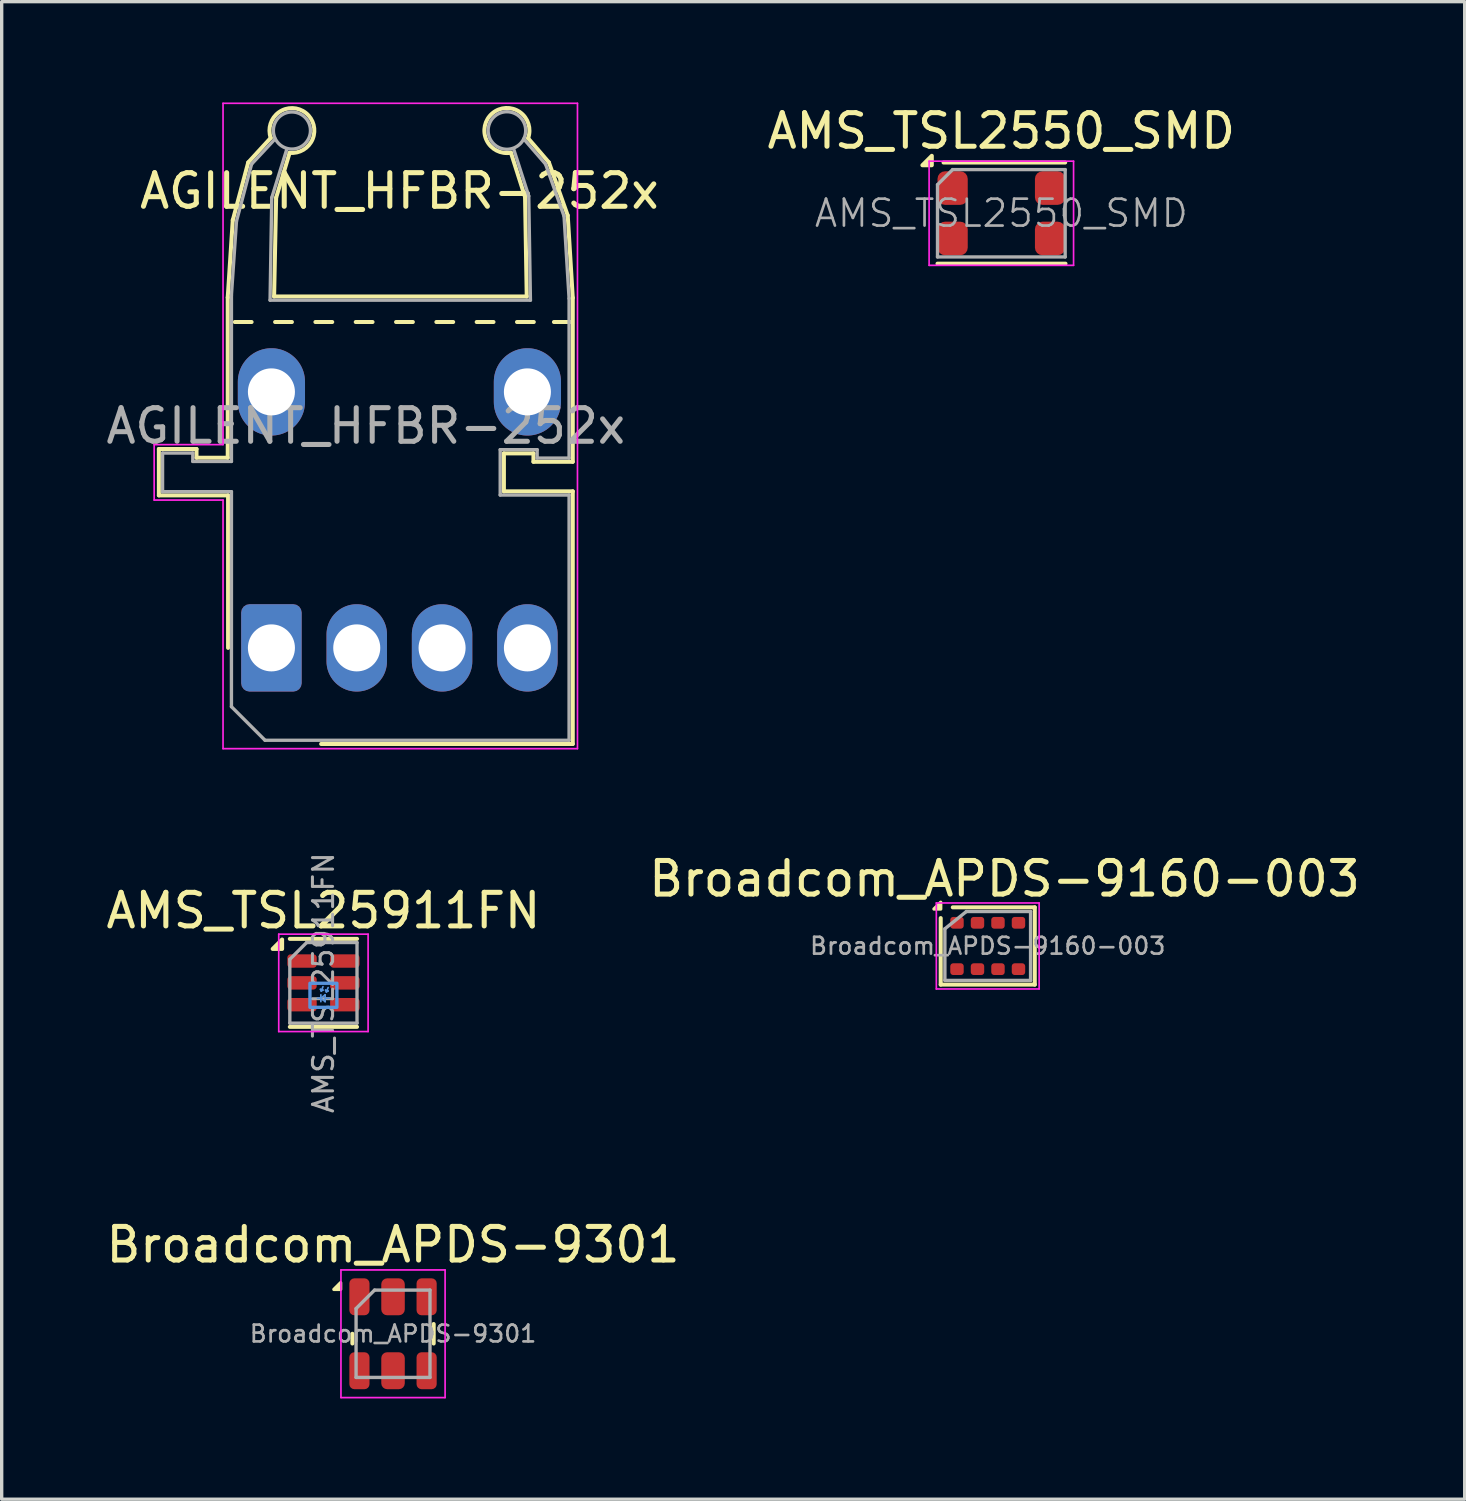
<source format=kicad_pcb>
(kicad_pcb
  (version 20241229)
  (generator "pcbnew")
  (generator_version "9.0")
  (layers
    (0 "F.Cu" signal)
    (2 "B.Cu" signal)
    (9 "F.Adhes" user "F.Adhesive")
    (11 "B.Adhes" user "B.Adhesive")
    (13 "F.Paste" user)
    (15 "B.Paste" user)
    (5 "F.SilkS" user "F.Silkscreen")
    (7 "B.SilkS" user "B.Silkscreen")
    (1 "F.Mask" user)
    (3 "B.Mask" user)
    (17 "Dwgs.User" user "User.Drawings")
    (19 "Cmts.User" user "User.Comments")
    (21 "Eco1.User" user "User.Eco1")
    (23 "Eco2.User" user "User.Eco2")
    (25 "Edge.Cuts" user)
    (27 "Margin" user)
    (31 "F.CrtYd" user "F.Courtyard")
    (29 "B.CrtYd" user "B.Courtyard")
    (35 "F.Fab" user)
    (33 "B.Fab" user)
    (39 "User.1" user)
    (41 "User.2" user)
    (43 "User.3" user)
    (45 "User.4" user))
  (footprint "AMS_TSL25911FN"
    (layer "F.Cu")
    (at 6.577 26.206)
    (property "Reference" "AMS_TSL25911FN" (at 0 -2.15 0) (layer "F.SilkS") (effects (font (size 1 1) (thickness 0.15))))
    (attr smd)
    (fp_line (start -1 -1.31) (end 1 -1.31) (stroke (width 0.12) (type solid)) (layer "F.SilkS"))
    (fp_line (start -1 1.31) (end 1 1.31) (stroke (width 0.12) (type solid)) (layer "F.SilkS"))
    (fp_poly (pts (xy -1.23 -1.01) (xy -1.51 -1.01) (xy -1.23 -1.29) (xy -1.23 -1.01)) (stroke (width 0.12) (type solid)) (fill yes) (layer "F.SilkS"))
    (fp_line (start -0.089 0.191) (end -0.064 0.241) (stroke (width 0.05) (type default)) (layer "Cmts.User"))
    (fp_line (start -0.076 0.356) (end -0.076 0.559) (stroke (width 0.05) (type default)) (layer "Cmts.User"))
    (fp_line (start -0.076 0.457) (end -0.178 0.457) (stroke (width 0.05) (type default)) (layer "Cmts.User"))
    (fp_line (start -0.076 0.457) (end 0.051 0.356) (stroke (width 0.05) (type default)) (layer "Cmts.User"))
    (fp_line (start -0.064 0.241) (end -0.013 0.216) (stroke (width 0.05) (type default)) (layer "Cmts.User"))
    (fp_line (start -0.013 0.114) (end -0.064 0.241) (stroke (width 0.05) (type default)) (layer "Cmts.User"))
    (fp_line (start -0.013 0.216) (end -0.089 0.191) (stroke (width 0.05) (type default)) (layer "Cmts.User"))
    (fp_line (start 0.051 0.356) (end 0.051 0.559) (stroke (width 0.05) (type default)) (layer "Cmts.User"))
    (fp_line (start 0.051 0.457) (end 0.178 0.457) (stroke (width 0.05) (type default)) (layer "Cmts.User"))
    (fp_line (start 0.051 0.559) (end -0.076 0.457) (stroke (width 0.05) (type default)) (layer "Cmts.User"))
    (fp_line (start 0.064 0.216) (end 0.089 0.267) (stroke (width 0.05) (type default)) (layer "Cmts.User"))
    (fp_line (start 0.089 0.267) (end 0.14 0.241) (stroke (width 0.05) (type default)) (layer "Cmts.User"))
    (fp_line (start 0.14 0.14) (end 0.089 0.267) (stroke (width 0.05) (type default)) (layer "Cmts.User"))
    (fp_line (start 0.14 0.241) (end 0.064 0.216) (stroke (width 0.05) (type default)) (layer "Cmts.User"))
    (fp_rect (start -0.401 0.012) (end 0.401 0.728) (stroke (width 0.1) (type default)) (fill no) (layer "Cmts.User"))
    (fp_line (start -1.33 -1.45) (end -1.33 1.45) (stroke (width 0.05) (type solid)) (layer "F.CrtYd"))
    (fp_line (start -1.33 1.45) (end 1.33 1.45) (stroke (width 0.05) (type solid)) (layer "F.CrtYd"))
    (fp_line (start 1.33 -1.45) (end -1.33 -1.45) (stroke (width 0.05) (type solid)) (layer "F.CrtYd"))
    (fp_line (start 1.33 1.45) (end 1.33 -1.45) (stroke (width 0.05) (type solid)) (layer "F.CrtYd"))
    (fp_line (start -1 -0.7) (end -0.5 -1.2) (stroke (width 0.1) (type solid)) (layer "F.Fab"))
    (fp_line (start -1 1.2) (end -1 -0.7) (stroke (width 0.1) (type solid)) (layer "F.Fab"))
    (fp_line (start -0.5 -1.2) (end 1 -1.2) (stroke (width 0.1) (type solid)) (layer "F.Fab"))
    (fp_line (start 1 -1.2) (end 1 1.2) (stroke (width 0.1) (type solid)) (layer "F.Fab"))
    (fp_line (start 1 1.2) (end -1 1.2) (stroke (width 0.1) (type solid)) (layer "F.Fab"))
    (fp_text user "${REFERENCE}" (at 0 0 90) (layer "F.Fab") (effects (font (size 0.6 0.6) (thickness 0.09))))
    (pad "1" smd roundrect (at -0.637 -0.65) (size 0.875 0.4) (layers "F.Cu" "F.Mask" "F.Paste") (roundrect_rratio 0.25))
    (pad "2" smd roundrect (at -0.637 0) (size 0.875 0.4) (layers "F.Cu" "F.Mask" "F.Paste") (roundrect_rratio 0.25))
    (pad "3" smd roundrect (at -0.637 0.65) (size 0.875 0.4) (layers "F.Cu" "F.Mask" "F.Paste") (roundrect_rratio 0.25))
    (pad "4" smd roundrect (at 0.637 0.65) (size 0.875 0.4) (layers "F.Cu" "F.Mask" "F.Paste") (roundrect_rratio 0.25))
    (pad "5" smd roundrect (at 0.637 0) (size 0.875 0.4) (layers "F.Cu" "F.Mask" "F.Paste") (roundrect_rratio 0.25))
    (pad "6" smd roundrect (at 0.637 -0.65) (size 0.875 0.4) (layers "F.Cu" "F.Mask" "F.Paste") (roundrect_rratio 0.25)))
  (footprint "Broadcom_APDS-9160-003"
    (layer "F.Cu")
    (at 26.351 25.108)
    (property "Reference" "Broadcom_APDS-9160-003" (at 0.5 -2 0) (layer "F.SilkS") (effects (font (size 1 1) (thickness 0.15))))
    (attr smd)
    (fp_line (start -1.4 -0.83) (end -1.4 1.15) (stroke (width 0.12) (type solid)) (layer "F.SilkS"))
    (fp_line (start -1.4 1.15) (end 1.4 1.15) (stroke (width 0.12) (type default)) (layer "F.SilkS"))
    (fp_line (start 1.4 -1.15) (end -1.04 -1.15) (stroke (width 0.12) (type default)) (layer "F.SilkS"))
    (fp_line (start 1.4 -1.15) (end 1.4 1.15) (stroke (width 0.12) (type solid)) (layer "F.SilkS"))
    (fp_poly (pts (xy -1.4 -1.1) (xy -1.4 -1.3) (xy -1.6 -1.1)) (stroke (width 0.1) (type solid)) (fill yes) (layer "F.SilkS"))
    (fp_line (start -1.53 -1.28) (end 1.53 -1.28) (stroke (width 0.05) (type solid)) (layer "F.CrtYd"))
    (fp_line (start -1.53 1.28) (end -1.53 -1.28) (stroke (width 0.05) (type solid)) (layer "F.CrtYd"))
    (fp_line (start 1.53 -1.28) (end 1.53 1.28) (stroke (width 0.05) (type solid)) (layer "F.CrtYd"))
    (fp_line (start 1.53 1.28) (end -1.53 1.28) (stroke (width 0.05) (type solid)) (layer "F.CrtYd"))
    (fp_line (start -1.275 -0.512) (end -1.275 1.025) (stroke (width 0.1) (type solid)) (layer "F.Fab"))
    (fp_line (start -1.275 -0.512) (end -0.637 -1.025) (stroke (width 0.1) (type default)) (layer "F.Fab"))
    (fp_line (start -1.275 1.025) (end 1.275 1.025) (stroke (width 0.1) (type solid)) (layer "F.Fab"))
    (fp_line (start 1.275 -1.025) (end -0.637 -1.025) (stroke (width 0.1) (type solid)) (layer "F.Fab"))
    (fp_line (start 1.275 1.025) (end 1.275 -1.025) (stroke (width 0.1) (type solid)) (layer "F.Fab"))
    (fp_text user "${REFERENCE}" (at 0 0 0) (layer "F.Fab") (effects (font (size 0.5 0.5) (thickness 0.08))))
    (pad "1" smd roundrect (at -0.915 -0.69) (size 0.4 0.35) (layers "F.Cu" "F.Mask" "F.Paste") (roundrect_rratio 0.25))
    (pad "2" smd roundrect (at -0.305 -0.69) (size 0.4 0.35) (layers "F.Cu" "F.Mask" "F.Paste") (roundrect_rratio 0.25))
    (pad "3" smd roundrect (at 0.305 -0.69) (size 0.4 0.35) (layers "F.Cu" "F.Mask" "F.Paste") (roundrect_rratio 0.25))
    (pad "4" smd roundrect (at 0.915 -0.69) (size 0.4 0.35) (layers "F.Cu" "F.Mask" "F.Paste") (roundrect_rratio 0.25))
    (pad "5" smd roundrect (at 0.915 0.69) (size 0.4 0.35) (layers "F.Cu" "F.Mask" "F.Paste") (roundrect_rratio 0.25))
    (pad "6" smd roundrect (at 0.305 0.69) (size 0.4 0.35) (layers "F.Cu" "F.Mask" "F.Paste") (roundrect_rratio 0.25))
    (pad "7" smd roundrect (at -0.305 0.69) (size 0.4 0.35) (layers "F.Cu" "F.Mask" "F.Paste") (roundrect_rratio 0.25))
    (pad "8" smd roundrect (at -0.915 0.69) (size 0.4 0.35) (layers "F.Cu" "F.Mask" "F.Paste") (roundrect_rratio 0.25)))
  (footprint "AMS_TSL2550_SMD"
    (layer "F.Cu")
    (at 26.756 3.298)
    (property "Reference" "AMS_TSL2550_SMD" (at 0 -2.45 0) (layer "F.SilkS") (effects (font (size 1 1) (thickness 0.15))))
    (attr smd)
    (fp_line (start -1.9 1.5) (end 1.91 1.5) (stroke (width 0.12) (type solid)) (layer "F.SilkS"))
    (fp_line (start -1.72 -1.51) (end 1.9 -1.51) (stroke (width 0.12) (type solid)) (layer "F.SilkS"))
    (fp_poly (pts (xy -2.07 -1.43) (xy -2.35 -1.43) (xy -2.07 -1.71) (xy -2.07 -1.43)) (stroke (width 0.12) (type solid)) (fill yes) (layer "F.SilkS"))
    (fp_line (start -2.15 -1.55) (end -2.15 1.55) (stroke (width 0.05) (type solid)) (layer "F.CrtYd"))
    (fp_line (start -2.15 -1.55) (end 2.15 -1.55) (stroke (width 0.05) (type solid)) (layer "F.CrtYd"))
    (fp_line (start 2.15 1.55) (end -2.15 1.55) (stroke (width 0.05) (type solid)) (layer "F.CrtYd"))
    (fp_line (start 2.15 1.55) (end 2.15 -1.55) (stroke (width 0.05) (type solid)) (layer "F.CrtYd"))
    (fp_line (start -1.9 -0.85) (end -1.9 1.3) (stroke (width 0.1) (type solid)) (layer "F.Fab"))
    (fp_line (start -1.9 1.3) (end 1.9 1.3) (stroke (width 0.1) (type solid)) (layer "F.Fab"))
    (fp_line (start -1.45 -1.3) (end -1.9 -0.85) (stroke (width 0.1) (type solid)) (layer "F.Fab"))
    (fp_line (start 1.9 -1.3) (end -1.45 -1.3) (stroke (width 0.1) (type solid)) (layer "F.Fab"))
    (fp_line (start 1.9 1.3) (end 1.9 -1.3) (stroke (width 0.1) (type solid)) (layer "F.Fab"))
    (fp_text user "${REFERENCE}" (at 0 0 0) (layer "F.Fab") (effects (font (size 0.8 0.8) (thickness 0.08))))
    (pad "1" smd roundrect (at -1.45 -0.75) (size 0.9 1) (layers "F.Cu" "F.Mask" "F.Paste") (roundrect_rratio 0.25))
    (pad "2" smd roundrect (at -1.45 0.75) (size 0.9 1) (layers "F.Cu" "F.Mask" "F.Paste") (roundrect_rratio 0.25))
    (pad "3" smd roundrect (at 1.45 0.75) (size 0.9 1) (layers "F.Cu" "F.Mask" "F.Paste") (roundrect_rratio 0.25))
    (pad "4" smd roundrect (at 1.45 -0.75) (size 0.9 1) (layers "F.Cu" "F.Mask" "F.Paste") (roundrect_rratio 0.25)))
  (footprint "AGILENT_HFBR-252x"
    (layer "F.Cu")
    (at 5.029 16.235)
    (property "Reference" "AGILENT_HFBR-252x" (at 3.81 -13.6 0) (layer "F.SilkS") (effects (font (size 1 1) (thickness 0.15))))
    (attr through_hole)
    (fp_line (start -3.35 -5.92) (end -2.23 -5.92) (stroke (width 0.12) (type solid)) (layer "F.SilkS"))
    (fp_line (start -3.35 -4.54) (end -3.35 -5.92) (stroke (width 0.12) (type solid)) (layer "F.SilkS"))
    (fp_line (start -2.23 -5.66) (end -2.23 -5.92) (stroke (width 0.12) (type solid)) (layer "F.SilkS"))
    (fp_line (start -2.23 -5.66) (end -1.3 -5.66) (stroke (width 0.12) (type solid)) (layer "F.SilkS"))
    (fp_line (start -1.3 -10.43) (end -1.15 -12.74) (stroke (width 0.12) (type solid)) (layer "F.SilkS"))
    (fp_line (start -1.3 -5.66) (end -1.3 -10.43) (stroke (width 0.12) (type solid)) (layer "F.SilkS"))
    (fp_line (start -1.29 -4.54) (end -3.35 -4.54) (stroke (width 0.12) (type solid)) (layer "F.SilkS"))
    (fp_line (start -1.29 -4.54) (end -1.29 0.000043) (stroke (width 0.12) (type solid)) (layer "F.SilkS"))
    (fp_line (start -1.15 -12.73) (end -0.69 -14.45) (stroke (width 0.12) (type solid)) (layer "F.SilkS"))
    (fp_line (start -0.69 -14.45) (end -0.02 -15.18) (stroke (width 0.12) (type solid)) (layer "F.SilkS"))
    (fp_line (start -0.59 -9.7) (end -1.09 -9.7) (stroke (width 0.12) (type solid)) (layer "F.SilkS"))
    (fp_line (start 0.08 -10.46) (end 0.14 -13.4) (stroke (width 0.12) (type solid)) (layer "F.SilkS"))
    (fp_line (start 0.14 -13.4) (end 0.54 -14.73) (stroke (width 0.12) (type solid)) (layer "F.SilkS"))
    (fp_line (start 0.61 -9.7) (end 0.11 -9.7) (stroke (width 0.12) (type solid)) (layer "F.SilkS"))
    (fp_line (start 1.48 2.86) (end 8.97 2.86) (stroke (width 0.12) (type solid)) (layer "F.SilkS"))
    (fp_line (start 1.81 -9.7) (end 1.31 -9.7) (stroke (width 0.12) (type solid)) (layer "F.SilkS"))
    (fp_line (start 3.01 -9.7) (end 2.51 -9.7) (stroke (width 0.12) (type solid)) (layer "F.SilkS"))
    (fp_line (start 4.21 -9.7) (end 3.71 -9.7) (stroke (width 0.12) (type solid)) (layer "F.SilkS"))
    (fp_line (start 5.41 -9.7) (end 4.91 -9.7) (stroke (width 0.12) (type solid)) (layer "F.SilkS"))
    (fp_line (start 6.61 -9.7) (end 6.11 -9.7) (stroke (width 0.12) (type solid)) (layer "F.SilkS"))
    (fp_line (start 6.92 -5.79) (end 7.8 -5.79) (stroke (width 0.12) (type solid)) (layer "F.SilkS"))
    (fp_line (start 6.92 -4.66) (end 6.92 -5.79) (stroke (width 0.12) (type solid)) (layer "F.SilkS"))
    (fp_line (start 7.55 -13.42) (end 7.13 -14.74) (stroke (width 0.12) (type solid)) (layer "F.SilkS"))
    (fp_line (start 7.6 -10.46) (end 0.08 -10.46) (stroke (width 0.12) (type solid)) (layer "F.SilkS"))
    (fp_line (start 7.6 -10.46) (end 7.55 -13.42) (stroke (width 0.12) (type solid)) (layer "F.SilkS"))
    (fp_line (start 7.8 -5.54) (end 7.8 -5.79) (stroke (width 0.12) (type solid)) (layer "F.SilkS"))
    (fp_line (start 7.8 -5.54) (end 8.97 -5.54) (stroke (width 0.12) (type solid)) (layer "F.SilkS"))
    (fp_line (start 7.81 -9.7) (end 7.31 -9.7) (stroke (width 0.12) (type solid)) (layer "F.SilkS"))
    (fp_line (start 8.26 -14.45) (end 7.64 -15.17) (stroke (width 0.12) (type solid)) (layer "F.SilkS"))
    (fp_line (start 8.82 -12.87) (end 8.26 -14.45) (stroke (width 0.12) (type solid)) (layer "F.SilkS"))
    (fp_line (start 8.91 -9.7) (end 8.41 -9.7) (stroke (width 0.12) (type solid)) (layer "F.SilkS"))
    (fp_line (start 8.97 -10.42) (end 8.82 -12.87) (stroke (width 0.12) (type solid)) (layer "F.SilkS"))
    (fp_line (start 8.97 -5.54) (end 8.97 -10.42) (stroke (width 0.12) (type solid)) (layer "F.SilkS"))
    (fp_line (start 8.97 -4.66) (end 6.92 -4.66) (stroke (width 0.12) (type solid)) (layer "F.SilkS"))
    (fp_line (start 8.97 2.86) (end 8.97 -4.66) (stroke (width 0.12) (type solid)) (layer "F.SilkS"))
    (fp_arc (start -0.02 -15.18) (mid 1.024518 -15.922948) (end 0.53962 -14.736414) (stroke (width 0.12) (type solid)) (layer "F.SilkS"))
    (fp_arc (start 7.129973 -14.740147) (mid 6.577787 -15.912827) (end 7.64 -15.17) (stroke (width 0.12) (type solid)) (layer "F.SilkS"))
    (fp_line (start -3.49 -6.05) (end -3.49 -4.4) (stroke (width 0.05) (type solid)) (layer "F.CrtYd"))
    (fp_line (start -3.49 -4.4) (end -1.44 -4.4) (stroke (width 0.05) (type solid)) (layer "F.CrtYd"))
    (fp_line (start -1.44 -16.21) (end -1.44 -6.05) (stroke (width 0.05) (type solid)) (layer "F.CrtYd"))
    (fp_line (start -1.44 -16.21) (end 9.11 -16.21) (stroke (width 0.05) (type solid)) (layer "F.CrtYd"))
    (fp_line (start -1.44 -6.05) (end -3.49 -6.05) (stroke (width 0.05) (type solid)) (layer "F.CrtYd"))
    (fp_line (start -1.44 -4.4) (end -1.44 3) (stroke (width 0.05) (type solid)) (layer "F.CrtYd"))
    (fp_line (start 9.11 3) (end -1.44 3) (stroke (width 0.05) (type solid)) (layer "F.CrtYd"))
    (fp_line (start 9.11 3) (end 9.11 -16.21) (stroke (width 0.05) (type solid)) (layer "F.CrtYd"))
    (fp_line (start -3.24 -5.8) (end -3.24 -4.65) (stroke (width 0.1) (type solid)) (layer "F.Fab"))
    (fp_line (start -3.24 -4.65) (end -1.19 -4.65) (stroke (width 0.1) (type solid)) (layer "F.Fab"))
    (fp_line (start -2.34 -5.8) (end -3.24 -5.8) (stroke (width 0.1) (type solid)) (layer "F.Fab"))
    (fp_line (start -2.34 -5.55) (end -2.34 -5.8) (stroke (width 0.1) (type solid)) (layer "F.Fab"))
    (fp_line (start -1.19 -10.5) (end -1.19 -5.55) (stroke (width 0.1) (type solid)) (layer "F.Fab"))
    (fp_line (start -1.19 -5.55) (end -2.34 -5.55) (stroke (width 0.1) (type solid)) (layer "F.Fab"))
    (fp_line (start -1.19 -4.65) (end -1.19 1.75) (stroke (width 0.1) (type solid)) (layer "F.Fab"))
    (fp_line (start -1.04 -12.7) (end -1.19 -10.5) (stroke (width 0.1) (type solid)) (layer "F.Fab"))
    (fp_line (start -0.59 -14.4) (end -1.04 -12.7) (stroke (width 0.1) (type solid)) (layer "F.Fab"))
    (fp_line (start -0.19 2.75) (end -1.19 1.75) (stroke (width 0.1) (type solid)) (layer "F.Fab"))
    (fp_line (start -0.19 2.75) (end 8.86 2.75) (stroke (width 0.1) (type solid)) (layer "F.Fab"))
    (fp_line (start -0.04 -10.35) (end 0.01 -13.4) (stroke (width 0.1) (type solid)) (layer "F.Fab"))
    (fp_line (start 0.01 -13.4) (end 0.46 -14.85) (stroke (width 0.1) (type solid)) (layer "F.Fab"))
    (fp_line (start 0.11 -15.15) (end -0.59 -14.4) (stroke (width 0.1) (type solid)) (layer "F.Fab"))
    (fp_line (start 6.81 -5.9) (end 7.91 -5.9) (stroke (width 0.1) (type solid)) (layer "F.Fab"))
    (fp_line (start 6.81 -4.55) (end 6.81 -5.9) (stroke (width 0.1) (type solid)) (layer "F.Fab"))
    (fp_line (start 7.21 -14.85) (end 7.66 -13.45) (stroke (width 0.1) (type solid)) (layer "F.Fab"))
    (fp_line (start 7.66 -13.45) (end 7.71 -10.35) (stroke (width 0.1) (type solid)) (layer "F.Fab"))
    (fp_line (start 7.71 -10.35) (end -0.04 -10.35) (stroke (width 0.1) (type solid)) (layer "F.Fab"))
    (fp_line (start 7.91 -5.9) (end 7.91 -5.65) (stroke (width 0.1) (type solid)) (layer "F.Fab"))
    (fp_line (start 7.91 -5.65) (end 8.86 -5.65) (stroke (width 0.1) (type solid)) (layer "F.Fab"))
    (fp_line (start 8.16 -14.4) (end 7.51 -15.15) (stroke (width 0.1) (type solid)) (layer "F.Fab"))
    (fp_line (start 8.71 -12.85) (end 8.16 -14.4) (stroke (width 0.1) (type solid)) (layer "F.Fab"))
    (fp_line (start 8.86 -10.4) (end 8.71 -12.85) (stroke (width 0.1) (type solid)) (layer "F.Fab"))
    (fp_line (start 8.86 -5.65) (end 8.86 -10.4) (stroke (width 0.1) (type solid)) (layer "F.Fab"))
    (fp_line (start 8.86 -4.55) (end 6.81 -4.55) (stroke (width 0.1) (type solid)) (layer "F.Fab"))
    (fp_line (start 8.86 2.75) (end 8.86 -4.55) (stroke (width 0.1) (type solid)) (layer "F.Fab"))
    (fp_circle (center 0.61 -15.4) (end 0.66 -14.85) (stroke (width 0.1) (type solid)) (fill no) (layer "F.Fab"))
    (fp_circle (center 7.01 -15.4) (end 7.51 -15.15) (stroke (width 0.1) (type solid)) (fill no) (layer "F.Fab"))
    (fp_text user "${REFERENCE}" (at 2.81 -6.605 0) (layer "F.Fab") (effects (font (size 1 1) (thickness 0.15))))
    (pad "1" thru_hole roundrect (at 0 0) (size 1.8 2.6) (drill 1.4) (layers "*.Cu" "*.Mask") (roundrect_rratio 0.139))
    (pad "2" thru_hole oval (at 2.54 0) (size 1.8 2.6) (drill 1.4) (layers "*.Cu" "*.Mask"))
    (pad "3" thru_hole oval (at 5.08 0) (size 1.8 2.6) (drill 1.4) (layers "*.Cu" "*.Mask"))
    (pad "4" thru_hole oval (at 7.62 0) (size 1.8 2.6) (drill 1.4) (layers "*.Cu" "*.Mask"))
    (pad "5" thru_hole oval (at 7.62 -7.62) (size 2 2.6) (drill 1.4) (layers "*.Cu" "*.Mask"))
    (pad "6" thru_hole oval (at 0 -7.62) (size 2 2.6) (drill 1.4) (layers "*.Cu" "*.Mask")))
  (footprint "Broadcom_APDS-9301"
    (layer "F.Cu")
    (at 8.649 36.651)
    (property "Reference" "Broadcom_APDS-9301" (at 0 -2.65 0) (layer "F.SilkS") (effects (font (size 1 1) (thickness 0.15))))
    (attr smd)
    (fp_line (start -1.21 0) (end -1.21 0.29) (stroke (width 0.12) (type solid)) (layer "F.SilkS"))
    (fp_line (start 1.21 -0.29) (end 1.21 0.29) (stroke (width 0.12) (type solid)) (layer "F.SilkS"))
    (fp_poly (pts (xy -1.56 -1.32) (xy -1.56 -1.52) (xy -1.76 -1.32)) (stroke (width 0.1) (type solid)) (fill yes) (layer "F.SilkS"))
    (fp_line (start -1.55 -1.9) (end 1.55 -1.9) (stroke (width 0.05) (type solid)) (layer "F.CrtYd"))
    (fp_line (start -1.55 1.9) (end -1.55 -1.9) (stroke (width 0.05) (type solid)) (layer "F.CrtYd"))
    (fp_line (start 1.55 -1.9) (end 1.55 1.9) (stroke (width 0.05) (type solid)) (layer "F.CrtYd"))
    (fp_line (start 1.55 1.9) (end -1.55 1.9) (stroke (width 0.05) (type solid)) (layer "F.CrtYd"))
    (fp_line (start -1.1 -0.75) (end -1.1 1.3) (stroke (width 0.1) (type solid)) (layer "F.Fab"))
    (fp_line (start -1.1 1.3) (end 1.1 1.3) (stroke (width 0.1) (type solid)) (layer "F.Fab"))
    (fp_line (start -0.55 -1.3) (end -1.1 -0.75) (stroke (width 0.1) (type solid)) (layer "F.Fab"))
    (fp_line (start 1.1 -1.3) (end -0.55 -1.3) (stroke (width 0.1) (type solid)) (layer "F.Fab"))
    (fp_line (start 1.1 1.3) (end 1.1 -1.3) (stroke (width 0.1) (type solid)) (layer "F.Fab"))
    (fp_text user "${REFERENCE}" (at 0 0 0) (layer "F.Fab") (effects (font (size 0.5 0.5) (thickness 0.08))))
    (pad "1" smd roundrect (at -1 -1.1) (size 0.6 1.1) (layers "F.Cu" "F.Mask" "F.Paste") (roundrect_rratio 0.25))
    (pad "2" smd roundrect (at -1 1.1) (size 0.6 1.1) (layers "F.Cu" "F.Mask" "F.Paste") (roundrect_rratio 0.25))
    (pad "3" smd roundrect (at 0 1.1) (size 0.7 1.1) (layers "F.Cu" "F.Mask" "F.Paste") (roundrect_rratio 0.25))
    (pad "4" smd roundrect (at 1 1.1) (size 0.6 1.1) (layers "F.Cu" "F.Mask" "F.Paste") (roundrect_rratio 0.25))
    (pad "5" smd roundrect (at 1 -1.1) (size 0.6 1.1) (layers "F.Cu" "F.Mask" "F.Paste") (roundrect_rratio 0.25))
    (pad "6" smd roundrect (at 0 -1.1) (size 0.7 1.1) (layers "F.Cu" "F.Mask" "F.Paste") (roundrect_rratio 0.25)))
  (gr_rect
    (start -3 -3)
    (end 40.548 41.576)
    (stroke (width 0.1) (type default))
    (fill no)
    (layer "Edge.Cuts")))
</source>
